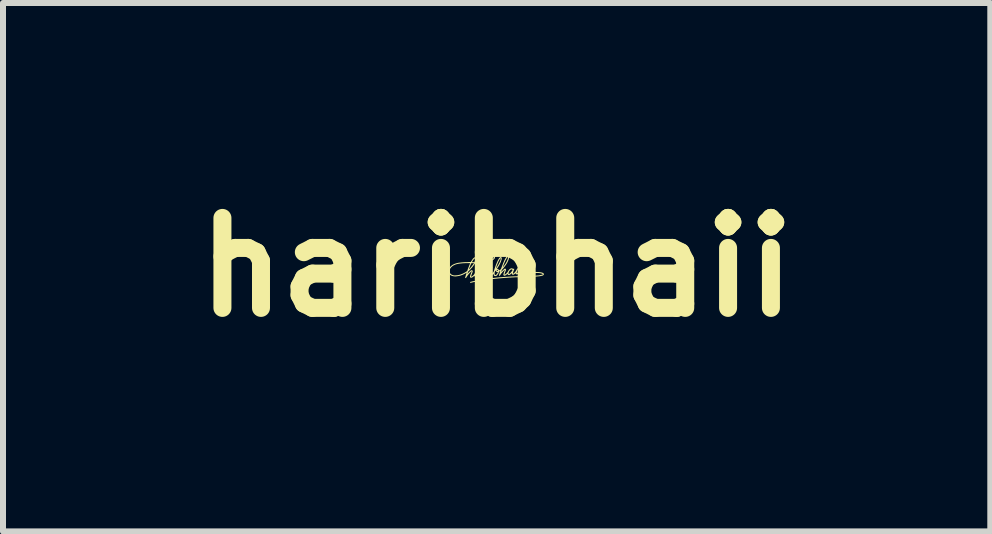
<source format=kicad_pcb>
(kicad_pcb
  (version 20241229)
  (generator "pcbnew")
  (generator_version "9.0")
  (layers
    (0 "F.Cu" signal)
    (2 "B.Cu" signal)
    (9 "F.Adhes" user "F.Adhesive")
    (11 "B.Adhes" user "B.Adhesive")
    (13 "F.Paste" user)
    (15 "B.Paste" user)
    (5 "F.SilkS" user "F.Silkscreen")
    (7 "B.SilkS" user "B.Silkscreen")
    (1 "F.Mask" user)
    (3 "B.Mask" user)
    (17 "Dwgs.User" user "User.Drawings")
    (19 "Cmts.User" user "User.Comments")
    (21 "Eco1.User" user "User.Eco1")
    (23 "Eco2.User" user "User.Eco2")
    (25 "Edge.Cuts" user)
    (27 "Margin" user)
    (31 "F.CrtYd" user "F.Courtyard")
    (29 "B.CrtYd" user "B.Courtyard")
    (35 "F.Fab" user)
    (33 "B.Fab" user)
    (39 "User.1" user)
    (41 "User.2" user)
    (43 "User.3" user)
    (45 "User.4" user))
  (footprint "haribhaii"
    (layer "F.Cu")
    (at 5.229 1.404)
    (property "Reference" "haribhaii" (at 0 0 0) (layer "F.SilkS") (effects (font (size 1.5 1.5) (thickness 0.3))))
    (attr board_only exclude_from_pos_files exclude_from_bom)
    (fp_poly (pts (xy -0.079 -0.005) (xy -0.076 -0.002) (xy -0.073 0.003) (xy -0.073 0.009) (xy -0.076 0.012) (xy -0.081 0.015) (xy -0.086 0.014) (xy -0.09 0.012) (xy -0.093 0.006) (xy -0.093 0.001) (xy -0.09 -0.003) (xy -0.085 -0.006)) (stroke (width 0) (type solid)) (fill yes) (layer "F.SilkS"))
    (fp_poly (pts (xy 0.423 -0.036) (xy 0.427 -0.033) (xy 0.429 -0.028) (xy 0.43 -0.023) (xy 0.427 -0.018) (xy 0.425 -0.017) (xy 0.422 -0.014) (xy 0.419 -0.014) (xy 0.416 -0.016) (xy 0.415 -0.016) (xy 0.41 -0.02) (xy 0.409 -0.025) (xy 0.41 -0.03) (xy 0.414 -0.035) (xy 0.417 -0.036)) (stroke (width 0) (type solid)) (fill yes) (layer "F.SilkS"))
    (fp_poly (pts (xy -0.07 -0.202) (xy -0.061 -0.199) (xy -0.052 -0.196) (xy -0.045 -0.192) (xy -0.036 -0.184) (xy -0.031 -0.175) (xy -0.029 -0.164) (xy -0.03 -0.153) (xy -0.033 -0.147) (xy -0.04 -0.137) (xy -0.05 -0.128) (xy -0.064 -0.118) (xy -0.08 -0.109) (xy -0.098 -0.101) (xy -0.103 -0.099) (xy -0.119 -0.094) (xy -0.139 -0.088) (xy -0.162 -0.084) (xy -0.188 -0.079) (xy -0.216 -0.076) (xy -0.218 -0.075) (xy -0.227 -0.074) (xy -0.24 -0.073) (xy -0.255 -0.072) (xy -0.272 -0.071) (xy -0.289 -0.07) (xy -0.306 -0.07) (xy -0.322 -0.069) (xy -0.336 -0.069) (xy -0.347 -0.068) (xy -0.348 -0.068) (xy -0.355 -0.068) (xy -0.359 -0.068) (xy -0.361 -0.066) (xy -0.363 -0.064) (xy -0.363 -0.063) (xy -0.366 -0.057) (xy -0.372 -0.048) (xy -0.378 -0.038) (xy -0.386 -0.027) (xy -0.394 -0.016) (xy -0.402 -0.006) (xy -0.406 -0.000064) (xy -0.416 0.012) (xy -0.428 0.024) (xy -0.44 0.038) (xy -0.452 0.05) (xy -0.463 0.061) (xy -0.468 0.065) (xy -0.472 0.069) (xy -0.475 0.073) (xy -0.478 0.078) (xy -0.48 0.085) (xy -0.482 0.092) (xy -0.485 0.1) (xy -0.487 0.106) (xy -0.488 0.111) (xy -0.488 0.112) (xy -0.487 0.111) (xy -0.484 0.108) (xy -0.479 0.103) (xy -0.477 0.1) (xy -0.471 0.093) (xy -0.463 0.085) (xy -0.454 0.076) (xy -0.448 0.07) (xy -0.437 0.06) (xy -0.429 0.054) (xy -0.421 0.05) (xy -0.415 0.049) (xy -0.41 0.05) (xy -0.409 0.051) (xy -0.404 0.055) (xy -0.401 0.059) (xy -0.399 0.065) (xy -0.4 0.073) (xy -0.402 0.083) (xy -0.407 0.095) (xy -0.411 0.107) (xy -0.418 0.123) (xy -0.423 0.137) (xy -0.425 0.147) (xy -0.427 0.154) (xy -0.426 0.157) (xy -0.426 0.157) (xy -0.423 0.158) (xy -0.417 0.156) (xy -0.41 0.151) (xy -0.401 0.145) (xy -0.391 0.136) (xy -0.39 0.135) (xy -0.353 0.135) (xy -0.352 0.141) (xy -0.352 0.142) (xy -0.35 0.144) (xy -0.348 0.144) (xy -0.344 0.143) (xy -0.343 0.143) (xy -0.337 0.139) (xy -0.329 0.132) (xy -0.32 0.124) (xy -0.31 0.113) (xy -0.301 0.102) (xy -0.297 0.095) (xy -0.292 0.087) (xy -0.29 0.081) (xy -0.29 0.075) (xy -0.293 0.07) (xy -0.293 0.07) (xy -0.298 0.065) (xy -0.305 0.064) (xy -0.312 0.066) (xy -0.32 0.071) (xy -0.328 0.077) (xy -0.335 0.085) (xy -0.342 0.094) (xy -0.347 0.105) (xy -0.351 0.116) (xy -0.353 0.126) (xy -0.353 0.135) (xy -0.39 0.135) (xy -0.389 0.134) (xy -0.381 0.126) (xy -0.375 0.119) (xy -0.371 0.114) (xy -0.368 0.109) (xy -0.367 0.106) (xy -0.36 0.091) (xy -0.352 0.077) (xy -0.341 0.066) (xy -0.33 0.057) (xy -0.319 0.05) (xy -0.308 0.047) (xy -0.304 0.047) (xy -0.294 0.048) (xy -0.287 0.051) (xy -0.282 0.055) (xy -0.278 0.058) (xy -0.276 0.058) (xy -0.274 0.056) (xy -0.269 0.053) (xy -0.264 0.054) (xy -0.262 0.055) (xy -0.261 0.057) (xy -0.26 0.06) (xy -0.261 0.063) (xy -0.262 0.069) (xy -0.265 0.076) (xy -0.269 0.087) (xy -0.27 0.089) (xy -0.275 0.102) (xy -0.278 0.114) (xy -0.281 0.124) (xy -0.282 0.132) (xy -0.281 0.137) (xy -0.279 0.139) (xy -0.278 0.139) (xy -0.274 0.137) (xy -0.267 0.133) (xy -0.26 0.127) (xy -0.251 0.119) (xy -0.242 0.109) (xy -0.241 0.108) (xy -0.234 0.099) (xy -0.228 0.093) (xy -0.225 0.088) (xy -0.224 0.084) (xy -0.224 0.081) (xy -0.226 0.078) (xy -0.228 0.075) (xy -0.231 0.07) (xy -0.232 0.065) (xy -0.232 0.06) (xy -0.232 0.059) (xy -0.215 0.059) (xy -0.214 0.064) (xy -0.214 0.065) (xy -0.212 0.066) (xy -0.211 0.066) (xy -0.209 0.063) (xy -0.207 0.058) (xy -0.205 0.054) (xy -0.202 0.047) (xy -0.199 0.04) (xy -0.198 0.036) (xy -0.197 0.032) (xy -0.198 0.032) (xy -0.2 0.033) (xy -0.206 0.039) (xy -0.211 0.046) (xy -0.214 0.053) (xy -0.215 0.059) (xy -0.232 0.059) (xy -0.232 0.056) (xy -0.23 0.046) (xy -0.225 0.036) (xy -0.219 0.027) (xy -0.212 0.02) (xy -0.204 0.015) (xy -0.196 0.014) (xy -0.189 0.015) (xy -0.185 0.02) (xy -0.182 0.027) (xy -0.182 0.036) (xy -0.184 0.047) (xy -0.187 0.054) (xy -0.189 0.06) (xy -0.19 0.064) (xy -0.191 0.066) (xy -0.189 0.065) (xy -0.184 0.064) (xy -0.181 0.063) (xy -0.175 0.061) (xy -0.172 0.061) (xy -0.169 0.062) (xy -0.167 0.063) (xy -0.164 0.066) (xy -0.162 0.07) (xy -0.163 0.075) (xy -0.165 0.083) (xy -0.169 0.092) (xy -0.175 0.102) (xy -0.183 0.117) (xy -0.188 0.129) (xy -0.192 0.139) (xy -0.193 0.145) (xy -0.193 0.146) (xy -0.193 0.148) (xy -0.189 0.148) (xy -0.187 0.148) (xy -0.18 0.145) (xy -0.17 0.139) (xy -0.16 0.13) (xy -0.153 0.124) (xy -0.145 0.115) (xy -0.138 0.107) (xy -0.132 0.099) (xy -0.126 0.09) (xy -0.12 0.079) (xy -0.114 0.068) (xy -0.109 0.057) (xy -0.105 0.049) (xy -0.102 0.044) (xy -0.099 0.041) (xy -0.097 0.04) (xy -0.096 0.039) (xy -0.091 0.04) (xy -0.088 0.042) (xy -0.087 0.044) (xy -0.087 0.047) (xy -0.088 0.052) (xy -0.091 0.059) (xy -0.092 0.06) (xy -0.098 0.076) (xy -0.103 0.088) (xy -0.107 0.098) (xy -0.109 0.106) (xy -0.111 0.113) (xy -0.111 0.118) (xy -0.111 0.119) (xy -0.111 0.125) (xy -0.11 0.128) (xy -0.106 0.129) (xy -0.101 0.127) (xy -0.096 0.124) (xy -0.09 0.12) (xy -0.083 0.113) (xy -0.075 0.105) (xy -0.075 0.104) (xy -0.035 0.104) (xy -0.035 0.114) (xy -0.033 0.123) (xy -0.03 0.129) (xy -0.027 0.131) (xy -0.021 0.132) (xy -0.015 0.129) (xy -0.008 0.126) (xy -0.002 0.12) (xy 0.004 0.111) (xy 0.011 0.101) (xy 0.016 0.091) (xy 0.018 0.084) (xy 0.019 0.082) (xy 0.017 0.08) (xy 0.013 0.08) (xy 0.012 0.08) (xy 0.004 0.079) (xy -0.005 0.075) (xy -0.012 0.07) (xy -0.016 0.063) (xy -0.018 0.057) (xy -0.018 0.055) (xy -0.02 0.056) (xy -0.023 0.059) (xy -0.027 0.065) (xy -0.03 0.073) (xy -0.033 0.083) (xy -0.034 0.094) (xy -0.035 0.104) (xy -0.075 0.104) (xy -0.068 0.097) (xy -0.061 0.09) (xy -0.057 0.084) (xy -0.051 0.075) (xy -0.047 0.065) (xy -0.046 0.061) (xy -0.044 0.055) (xy -0.043 0.053) (xy -0.000001 0.053) (xy 0.001 0.058) (xy 0.005 0.061) (xy 0.013 0.062) (xy 0.014 0.062) (xy 0.019 0.062) (xy 0.021 0.061) (xy 0.021 0.058) (xy 0.02 0.053) (xy 0.017 0.048) (xy 0.013 0.044) (xy 0.01 0.043) (xy 0.004 0.045) (xy 0.001 0.049) (xy -0.000001 0.053) (xy -0.043 0.053) (xy -0.041 0.047) (xy -0.038 0.036) (xy -0.035 0.025) (xy -0.033 0.019) (xy -0.013 0.019) (xy -0.012 0.019) (xy -0.01 0.017) (xy -0.007 0.012) (xy -0.001 0.005) (xy 0.004 -0.004) (xy 0.008 -0.009) (xy 0.017 -0.024) (xy 0.027 -0.041) (xy 0.036 -0.058) (xy 0.045 -0.075) (xy 0.052 -0.091) (xy 0.058 -0.105) (xy 0.06 -0.112) (xy 0.064 -0.123) (xy 0.066 -0.132) (xy 0.068 -0.141) (xy 0.068 -0.147) (xy 0.068 -0.15) (xy 0.067 -0.15) (xy 0.064 -0.149) (xy 0.059 -0.144) (xy 0.054 -0.137) (xy 0.047 -0.128) (xy 0.041 -0.118) (xy 0.035 -0.107) (xy 0.034 -0.104) (xy 0.029 -0.095) (xy 0.024 -0.084) (xy 0.019 -0.072) (xy 0.014 -0.059) (xy 0.008 -0.046) (xy 0.003 -0.033) (xy -0.001 -0.02) (xy -0.005 -0.008) (xy -0.009 0.002) (xy -0.011 0.01) (xy -0.013 0.016) (xy -0.013 0.019) (xy -0.033 0.019) (xy -0.032 0.018) (xy -0.023 -0.011) (xy -0.013 -0.037) (xy -0.003 -0.063) (xy 0.007 -0.086) (xy 0.016 -0.107) (xy 0.026 -0.125) (xy 0.034 -0.14) (xy 0.043 -0.152) (xy 0.047 -0.157) (xy 0.055 -0.165) (xy 0.063 -0.169) (xy 0.07 -0.169) (xy 0.076 -0.166) (xy 0.079 -0.164) (xy 0.081 -0.161) (xy 0.083 -0.158) (xy 0.084 -0.155) (xy 0.084 -0.149) (xy 0.084 -0.142) (xy 0.082 -0.128) (xy 0.077 -0.112) (xy 0.071 -0.094) (xy 0.063 -0.074) (xy 0.053 -0.054) (xy 0.043 -0.034) (xy 0.031 -0.014) (xy 0.019 0.005) (xy 0.013 0.013) (xy 0.009 0.019) (xy 0.005 0.024) (xy 0.004 0.026) (xy 0.004 0.026) (xy 0.006 0.027) (xy 0.01 0.027) (xy 0.011 0.027) (xy 0.02 0.029) (xy 0.029 0.035) (xy 0.035 0.044) (xy 0.036 0.045) (xy 0.04 0.055) (xy 0.052 0.047) (xy 0.061 0.04) (xy 0.067 0.036) (xy 0.071 0.031) (xy 0.073 0.027) (xy 0.074 0.024) (xy 0.076 0.018) (xy 0.079 0.009) (xy 0.082 0.003) (xy 0.099 0.003) (xy 0.104 -0.001) (xy 0.106 -0.004) (xy 0.111 -0.009) (xy 0.116 -0.016) (xy 0.123 -0.025) (xy 0.124 -0.026) (xy 0.137 -0.045) (xy 0.15 -0.064) (xy 0.161 -0.083) (xy 0.17 -0.102) (xy 0.178 -0.12) (xy 0.184 -0.136) (xy 0.188 -0.15) (xy 0.189 -0.163) (xy 0.189 -0.163) (xy 0.189 -0.168) (xy 0.187 -0.17) (xy 0.183 -0.168) (xy 0.178 -0.163) (xy 0.176 -0.162) (xy 0.169 -0.152) (xy 0.161 -0.139) (xy 0.152 -0.123) (xy 0.143 -0.105) (xy 0.133 -0.083) (xy 0.123 -0.059) (xy 0.116 -0.04) (xy 0.112 -0.029) (xy 0.108 -0.019) (xy 0.105 -0.011) (xy 0.102 -0.005) (xy 0.102 -0.003) (xy 0.099 0.003) (xy 0.082 0.003) (xy 0.083 -0.002) (xy 0.088 -0.014) (xy 0.093 -0.028) (xy 0.098 -0.041) (xy 0.103 -0.054) (xy 0.107 -0.066) (xy 0.111 -0.075) (xy 0.112 -0.078) (xy 0.121 -0.098) (xy 0.129 -0.117) (xy 0.138 -0.134) (xy 0.147 -0.15) (xy 0.156 -0.163) (xy 0.164 -0.173) (xy 0.171 -0.181) (xy 0.172 -0.182) (xy 0.18 -0.186) (xy 0.188 -0.188) (xy 0.195 -0.186) (xy 0.197 -0.185) (xy 0.203 -0.179) (xy 0.205 -0.169) (xy 0.206 -0.157) (xy 0.203 -0.143) (xy 0.199 -0.126) (xy 0.187 -0.098) (xy 0.173 -0.069) (xy 0.154 -0.04) (xy 0.132 -0.009) (xy 0.107 0.021) (xy 0.103 0.026) (xy 0.095 0.034) (xy 0.09 0.041) (xy 0.086 0.046) (xy 0.083 0.051) (xy 0.081 0.057) (xy 0.079 0.062) (xy 0.077 0.069) (xy 0.075 0.075) (xy 0.074 0.078) (xy 0.074 0.078) (xy 0.076 0.077) (xy 0.079 0.074) (xy 0.085 0.069) (xy 0.092 0.062) (xy 0.1 0.054) (xy 0.1 0.054) (xy 0.11 0.044) (xy 0.117 0.037) (xy 0.123 0.032) (xy 0.128 0.028) (xy 0.132 0.026) (xy 0.135 0.025) (xy 0.14 0.024) (xy 0.145 0.024) (xy 0.148 0.026) (xy 0.151 0.028) (xy 0.153 0.031) (xy 0.154 0.036) (xy 0.154 0.04) (xy 0.154 0.045) (xy 0.153 0.05) (xy 0.152 0.056) (xy 0.149 0.064) (xy 0.146 0.072) (xy 0.139 0.088) (xy 0.135 0.102) (xy 0.132 0.112) (xy 0.131 0.119) (xy 0.131 0.123) (xy 0.134 0.124) (xy 0.134 0.124) (xy 0.141 0.12) (xy 0.149 0.115) (xy 0.158 0.107) (xy 0.16 0.105) (xy 0.197 0.105) (xy 0.198 0.11) (xy 0.199 0.112) (xy 0.202 0.113) (xy 0.208 0.112) (xy 0.215 0.108) (xy 0.216 0.108) (xy 0.223 0.102) (xy 0.23 0.095) (xy 0.238 0.086) (xy 0.246 0.077) (xy 0.252 0.068) (xy 0.258 0.06) (xy 0.262 0.054) (xy 0.264 0.049) (xy 0.264 0.049) (xy 0.262 0.044) (xy 0.258 0.039) (xy 0.253 0.036) (xy 0.249 0.035) (xy 0.242 0.037) (xy 0.233 0.041) (xy 0.224 0.049) (xy 0.215 0.058) (xy 0.209 0.066) (xy 0.206 0.072) (xy 0.202 0.081) (xy 0.2 0.089) (xy 0.198 0.098) (xy 0.197 0.105) (xy 0.16 0.105) (xy 0.167 0.099) (xy 0.174 0.091) (xy 0.18 0.084) (xy 0.184 0.078) (xy 0.184 0.077) (xy 0.189 0.068) (xy 0.195 0.057) (xy 0.202 0.047) (xy 0.209 0.038) (xy 0.212 0.036) (xy 0.223 0.027) (xy 0.235 0.021) (xy 0.246 0.018) (xy 0.256 0.019) (xy 0.265 0.022) (xy 0.27 0.026) (xy 0.273 0.03) (xy 0.275 0.03) (xy 0.277 0.028) (xy 0.278 0.027) (xy 0.282 0.024) (xy 0.286 0.024) (xy 0.289 0.025) (xy 0.291 0.027) (xy 0.293 0.029) (xy 0.292 0.033) (xy 0.291 0.039) (xy 0.288 0.047) (xy 0.284 0.055) (xy 0.28 0.066) (xy 0.276 0.077) (xy 0.273 0.088) (xy 0.271 0.097) (xy 0.27 0.103) (xy 0.27 0.107) (xy 0.273 0.108) (xy 0.277 0.107) (xy 0.283 0.103) (xy 0.291 0.096) (xy 0.299 0.088) (xy 0.302 0.085) (xy 0.311 0.075) (xy 0.319 0.064) (xy 0.326 0.051) (xy 0.328 0.047) (xy 0.333 0.038) (xy 0.337 0.03) (xy 0.341 0.025) (xy 0.343 0.021) (xy 0.343 0.021) (xy 0.348 0.018) (xy 0.353 0.019) (xy 0.356 0.021) (xy 0.357 0.023) (xy 0.358 0.025) (xy 0.357 0.028) (xy 0.356 0.033) (xy 0.353 0.039) (xy 0.349 0.048) (xy 0.343 0.062) (xy 0.338 0.074) (xy 0.335 0.085) (xy 0.333 0.093) (xy 0.333 0.098) (xy 0.334 0.1) (xy 0.337 0.101) (xy 0.343 0.099) (xy 0.351 0.093) (xy 0.361 0.084) (xy 0.365 0.08) (xy 0.372 0.073) (xy 0.378 0.066) (xy 0.382 0.06) (xy 0.386 0.052) (xy 0.391 0.043) (xy 0.393 0.039) (xy 0.397 0.031) (xy 0.401 0.023) (xy 0.405 0.017) (xy 0.407 0.015) (xy 0.407 0.014) (xy 0.412 0.014) (xy 0.416 0.016) (xy 0.419 0.019) (xy 0.42 0.021) (xy 0.419 0.024) (xy 0.417 0.03) (xy 0.414 0.038) (xy 0.412 0.041) (xy 0.406 0.057) (xy 0.402 0.07) (xy 0.399 0.081) (xy 0.399 0.09) (xy 0.402 0.097) (xy 0.404 0.099) (xy 0.408 0.101) (xy 0.415 0.101) (xy 0.425 0.101) (xy 0.438 0.1) (xy 0.455 0.098) (xy 0.467 0.096) (xy 0.517 0.088) (xy 0.564 0.083) (xy 0.607 0.08) (xy 0.648 0.079) (xy 0.686 0.08) (xy 0.721 0.083) (xy 0.721 0.083) (xy 0.741 0.086) (xy 0.757 0.09) (xy 0.77 0.095) (xy 0.779 0.101) (xy 0.785 0.108) (xy 0.787 0.115) (xy 0.785 0.123) (xy 0.784 0.125) (xy 0.781 0.129) (xy 0.776 0.134) (xy 0.769 0.138) (xy 0.76 0.141) (xy 0.749 0.144) (xy 0.735 0.147) (xy 0.719 0.15) (xy 0.7 0.152) (xy 0.679 0.154) (xy 0.654 0.156) (xy 0.626 0.158) (xy 0.595 0.159) (xy 0.56 0.161) (xy 0.522 0.162) (xy 0.508 0.162) (xy 0.487 0.163) (xy 0.464 0.163) (xy 0.441 0.164) (xy 0.417 0.165) (xy 0.394 0.165) (xy 0.371 0.166) (xy 0.349 0.167) (xy 0.328 0.168) (xy 0.309 0.168) (xy 0.292 0.169) (xy 0.277 0.17) (xy 0.266 0.17) (xy 0.257 0.171) (xy 0.254 0.171) (xy 0.248 0.171) (xy 0.239 0.172) (xy 0.228 0.173) (xy 0.215 0.173) (xy 0.203 0.174) (xy 0.159 0.177) (xy 0.114 0.18) (xy 0.067 0.184) (xy 0.019 0.188) (xy -0.028 0.193) (xy -0.076 0.199) (xy -0.124 0.205) (xy -0.17 0.211) (xy -0.215 0.218) (xy -0.258 0.225) (xy -0.3 0.232) (xy -0.338 0.239) (xy -0.374 0.246) (xy -0.406 0.254) (xy -0.41 0.255) (xy -0.419 0.257) (xy -0.426 0.259) (xy -0.432 0.26) (xy -0.434 0.261) (xy -0.438 0.26) (xy -0.44 0.259) (xy -0.443 0.256) (xy -0.443 0.252) (xy -0.443 0.25) (xy -0.443 0.248) (xy -0.441 0.247) (xy -0.439 0.245) (xy -0.434 0.244) (xy -0.428 0.242) (xy -0.419 0.24) (xy -0.408 0.237) (xy -0.393 0.234) (xy -0.383 0.232) (xy -0.34 0.223) (xy -0.295 0.214) (xy -0.246 0.206) (xy -0.196 0.198) (xy -0.144 0.19) (xy -0.091 0.183) (xy -0.038 0.177) (xy 0.014 0.172) (xy 0.063 0.167) (xy 0.103 0.164) (xy 0.147 0.161) (xy 0.193 0.158) (xy 0.24 0.155) (xy 0.288 0.153) (xy 0.336 0.151) (xy 0.382 0.149) (xy 0.427 0.147) (xy 0.428 0.147) (xy 0.464 0.147) (xy 0.496 0.146) (xy 0.525 0.145) (xy 0.551 0.144) (xy 0.574 0.143) (xy 0.594 0.143) (xy 0.612 0.142) (xy 0.628 0.141) (xy 0.642 0.141) (xy 0.655 0.14) (xy 0.666 0.139) (xy 0.676 0.138) (xy 0.685 0.138) (xy 0.694 0.137) (xy 0.702 0.136) (xy 0.702 0.136) (xy 0.72 0.133) (xy 0.735 0.13) (xy 0.748 0.127) (xy 0.758 0.124) (xy 0.765 0.121) (xy 0.769 0.118) (xy 0.77 0.116) (xy 0.768 0.114) (xy 0.763 0.111) (xy 0.755 0.108) (xy 0.746 0.105) (xy 0.738 0.103) (xy 0.725 0.1) (xy 0.712 0.098) (xy 0.699 0.097) (xy 0.685 0.096) (xy 0.67 0.096) (xy 0.652 0.096) (xy 0.635 0.096) (xy 0.596 0.098) (xy 0.558 0.101) (xy 0.52 0.105) (xy 0.48 0.111) (xy 0.469 0.112) (xy 0.45 0.115) (xy 0.435 0.118) (xy 0.422 0.119) (xy 0.412 0.119) (xy 0.405 0.118) (xy 0.4 0.117) (xy 0.399 0.116) (xy 0.392 0.111) (xy 0.386 0.104) (xy 0.382 0.096) (xy 0.382 0.096) (xy 0.38 0.089) (xy 0.371 0.098) (xy 0.36 0.108) (xy 0.349 0.115) (xy 0.34 0.118) (xy 0.331 0.119) (xy 0.324 0.117) (xy 0.319 0.111) (xy 0.316 0.106) (xy 0.314 0.099) (xy 0.305 0.108) (xy 0.295 0.117) (xy 0.286 0.122) (xy 0.277 0.125) (xy 0.272 0.126) (xy 0.266 0.125) (xy 0.262 0.124) (xy 0.259 0.121) (xy 0.255 0.115) (xy 0.253 0.108) (xy 0.253 0.107) (xy 0.251 0.099) (xy 0.239 0.111) (xy 0.228 0.121) (xy 0.218 0.127) (xy 0.209 0.13) (xy 0.203 0.131) (xy 0.194 0.129) (xy 0.188 0.125) (xy 0.183 0.118) (xy 0.179 0.111) (xy 0.171 0.119) (xy 0.159 0.129) (xy 0.148 0.136) (xy 0.138 0.141) (xy 0.129 0.142) (xy 0.122 0.141) (xy 0.121 0.141) (xy 0.116 0.136) (xy 0.113 0.129) (xy 0.112 0.12) (xy 0.112 0.116) (xy 0.114 0.111) (xy 0.116 0.103) (xy 0.119 0.093) (xy 0.123 0.083) (xy 0.125 0.077) (xy 0.129 0.067) (xy 0.132 0.058) (xy 0.135 0.051) (xy 0.136 0.046) (xy 0.136 0.045) (xy 0.135 0.045) (xy 0.131 0.048) (xy 0.126 0.052) (xy 0.119 0.058) (xy 0.112 0.065) (xy 0.104 0.073) (xy 0.097 0.081) (xy 0.091 0.088) (xy 0.089 0.091) (xy 0.082 0.099) (xy 0.074 0.11) (xy 0.067 0.12) (xy 0.063 0.126) (xy 0.058 0.134) (xy 0.054 0.139) (xy 0.051 0.143) (xy 0.048 0.144) (xy 0.046 0.144) (xy 0.045 0.144) (xy 0.042 0.143) (xy 0.039 0.142) (xy 0.038 0.138) (xy 0.039 0.133) (xy 0.04 0.126) (xy 0.044 0.116) (xy 0.045 0.11) (xy 0.049 0.099) (xy 0.052 0.089) (xy 0.055 0.08) (xy 0.057 0.074) (xy 0.057 0.073) (xy 0.06 0.063) (xy 0.05 0.068) (xy 0.044 0.071) (xy 0.041 0.074) (xy 0.038 0.078) (xy 0.036 0.085) (xy 0.036 0.085) (xy 0.031 0.098) (xy 0.025 0.111) (xy 0.016 0.124) (xy 0.008 0.134) (xy -0.002 0.142) (xy -0.006 0.145) (xy -0.016 0.148) (xy -0.026 0.148) (xy -0.035 0.146) (xy -0.039 0.143) (xy -0.046 0.136) (xy -0.05 0.127) (xy -0.053 0.117) (xy -0.053 0.116) (xy -0.053 0.109) (xy -0.069 0.124) (xy -0.08 0.133) (xy -0.089 0.14) (xy -0.097 0.144) (xy -0.105 0.146) (xy -0.109 0.146) (xy -0.117 0.145) (xy -0.124 0.14) (xy -0.128 0.133) (xy -0.128 0.131) (xy -0.129 0.125) (xy -0.145 0.139) (xy -0.158 0.151) (xy -0.17 0.159) (xy -0.181 0.164) (xy -0.191 0.166) (xy -0.199 0.165) (xy -0.205 0.161) (xy -0.209 0.154) (xy -0.21 0.148) (xy -0.21 0.141) (xy -0.208 0.132) (xy -0.204 0.121) (xy -0.197 0.108) (xy -0.196 0.106) (xy -0.191 0.096) (xy -0.188 0.09) (xy -0.186 0.085) (xy -0.186 0.083) (xy -0.187 0.083) (xy -0.188 0.083) (xy -0.193 0.084) (xy -0.198 0.085) (xy -0.202 0.087) (xy -0.206 0.091) (xy -0.212 0.098) (xy -0.215 0.102) (xy -0.222 0.111) (xy -0.23 0.121) (xy -0.239 0.13) (xy -0.248 0.139) (xy -0.256 0.146) (xy -0.263 0.151) (xy -0.266 0.153) (xy -0.273 0.155) (xy -0.28 0.156) (xy -0.28 0.156) (xy -0.288 0.154) (xy -0.294 0.15) (xy -0.298 0.143) (xy -0.299 0.134) (xy -0.299 0.13) (xy -0.3 0.13) (xy -0.303 0.133) (xy -0.308 0.137) (xy -0.312 0.141) (xy -0.324 0.152) (xy -0.335 0.158) (xy -0.345 0.162) (xy -0.354 0.161) (xy -0.361 0.157) (xy -0.368 0.15) (xy -0.368 0.148) (xy -0.371 0.142) (xy -0.383 0.152) (xy -0.396 0.163) (xy -0.408 0.17) (xy -0.419 0.175) (xy -0.428 0.176) (xy -0.435 0.174) (xy -0.439 0.171) (xy -0.442 0.167) (xy -0.444 0.161) (xy -0.444 0.154) (xy -0.443 0.145) (xy -0.44 0.135) (xy -0.435 0.121) (xy -0.429 0.105) (xy -0.429 0.104) (xy -0.425 0.094) (xy -0.421 0.084) (xy -0.418 0.077) (xy -0.416 0.072) (xy -0.416 0.07) (xy -0.417 0.068) (xy -0.419 0.068) (xy -0.423 0.07) (xy -0.429 0.075) (xy -0.437 0.083) (xy -0.439 0.085) (xy -0.453 0.099) (xy -0.467 0.115) (xy -0.481 0.133) (xy -0.494 0.152) (xy -0.499 0.16) (xy -0.505 0.169) (xy -0.509 0.176) (xy -0.513 0.18) (xy -0.515 0.181) (xy -0.516 0.182) (xy -0.522 0.18) (xy -0.525 0.176) (xy -0.525 0.173) (xy -0.525 0.17) (xy -0.523 0.164) (xy -0.521 0.156) (xy -0.518 0.145) (xy -0.514 0.134) (xy -0.513 0.13) (xy -0.509 0.119) (xy -0.506 0.108) (xy -0.503 0.1) (xy -0.501 0.094) (xy -0.501 0.091) (xy -0.5 0.091) (xy -0.502 0.091) (xy -0.507 0.094) (xy -0.513 0.098) (xy -0.517 0.1) (xy -0.54 0.113) (xy -0.564 0.125) (xy -0.59 0.135) (xy -0.616 0.143) (xy -0.642 0.148) (xy -0.668 0.152) (xy -0.691 0.154) (xy -0.71 0.152) (xy -0.73 0.149) (xy -0.746 0.144) (xy -0.761 0.138) (xy -0.765 0.135) (xy -0.779 0.124) (xy -0.789 0.11) (xy -0.796 0.094) (xy -0.8 0.077) (xy -0.8 0.07) (xy -0.784 0.07) (xy -0.782 0.085) (xy -0.777 0.098) (xy -0.769 0.109) (xy -0.769 0.11) (xy -0.757 0.12) (xy -0.743 0.127) (xy -0.727 0.133) (xy -0.718 0.135) (xy -0.71 0.136) (xy -0.698 0.136) (xy -0.686 0.136) (xy -0.672 0.135) (xy -0.658 0.134) (xy -0.645 0.132) (xy -0.638 0.131) (xy -0.607 0.123) (xy -0.577 0.112) (xy -0.547 0.098) (xy -0.518 0.082) (xy -0.511 0.077) (xy -0.491 0.063) (xy -0.482 0.036) (xy -0.463 0.036) (xy -0.463 0.037) (xy -0.461 0.036) (xy -0.458 0.033) (xy -0.453 0.028) (xy -0.446 0.02) (xy -0.438 0.011) (xy -0.428 -0.000404) (xy -0.418 -0.013) (xy -0.408 -0.026) (xy -0.399 -0.038) (xy -0.391 -0.048) (xy -0.388 -0.053) (xy -0.385 -0.059) (xy -0.382 -0.063) (xy -0.378 -0.068) (xy -0.4 -0.068) (xy -0.421 -0.068) (xy -0.429 -0.051) (xy -0.434 -0.042) (xy -0.439 -0.03) (xy -0.444 -0.016) (xy -0.45 -0.001) (xy -0.456 0.014) (xy -0.461 0.029) (xy -0.461 0.029) (xy -0.463 0.033) (xy -0.463 0.036) (xy -0.482 0.036) (xy -0.48 0.032) (xy -0.476 0.019) (xy -0.47 0.004) (xy -0.463 -0.013) (xy -0.457 -0.03) (xy -0.45 -0.047) (xy -0.444 -0.061) (xy -0.442 -0.066) (xy -0.442 -0.067) (xy -0.443 -0.068) (xy -0.447 -0.068) (xy -0.452 -0.068) (xy -0.459 -0.068) (xy -0.469 -0.068) (xy -0.482 -0.068) (xy -0.499 -0.068) (xy -0.503 -0.068) (xy -0.539 -0.067) (xy -0.57 -0.065) (xy -0.599 -0.062) (xy -0.625 -0.059) (xy -0.648 -0.055) (xy -0.669 -0.05) (xy -0.688 -0.044) (xy -0.706 -0.036) (xy -0.722 -0.028) (xy -0.727 -0.025) (xy -0.738 -0.017) (xy -0.75 -0.007) (xy -0.761 0.004) (xy -0.769 0.015) (xy -0.775 0.024) (xy -0.781 0.039) (xy -0.784 0.055) (xy -0.784 0.07) (xy -0.8 0.07) (xy -0.801 0.065) (xy -0.799 0.044) (xy -0.793 0.025) (xy -0.784 0.007) (xy -0.772 -0.009) (xy -0.756 -0.024) (xy -0.737 -0.038) (xy -0.715 -0.05) (xy -0.69 -0.06) (xy -0.667 -0.067) (xy -0.65 -0.071) (xy -0.631 -0.075) (xy -0.611 -0.077) (xy -0.589 -0.08) (xy -0.563 -0.082) (xy -0.535 -0.084) (xy -0.504 -0.085) (xy -0.486 -0.085) (xy -0.412 -0.085) (xy -0.41 -0.085) (xy -0.406 -0.084) (xy -0.398 -0.084) (xy -0.391 -0.084) (xy -0.37 -0.084) (xy -0.364 -0.1) (xy -0.359 -0.115) (xy -0.356 -0.127) (xy -0.355 -0.137) (xy -0.355 -0.144) (xy -0.357 -0.148) (xy -0.36 -0.148) (xy -0.365 -0.147) (xy -0.371 -0.142) (xy -0.378 -0.135) (xy -0.386 -0.127) (xy -0.394 -0.116) (xy -0.401 -0.106) (xy -0.407 -0.095) (xy -0.412 -0.085) (xy -0.486 -0.085) (xy -0.484 -0.086) (xy -0.431 -0.087) (xy -0.421 -0.104) (xy -0.409 -0.123) (xy -0.398 -0.139) (xy -0.387 -0.151) (xy -0.376 -0.16) (xy -0.367 -0.164) (xy -0.358 -0.165) (xy -0.356 -0.165) (xy -0.349 -0.162) (xy -0.344 -0.156) (xy -0.34 -0.149) (xy -0.339 -0.145) (xy -0.338 -0.136) (xy -0.34 -0.123) (xy -0.343 -0.11) (xy -0.347 -0.096) (xy -0.351 -0.087) (xy -0.351 -0.086) (xy -0.35 -0.085) (xy -0.348 -0.085) (xy -0.344 -0.085) (xy -0.336 -0.085) (xy -0.326 -0.085) (xy -0.323 -0.085) (xy -0.285 -0.087) (xy -0.251 -0.089) (xy -0.22 -0.092) (xy -0.192 -0.095) (xy -0.168 -0.099) (xy -0.145 -0.104) (xy -0.125 -0.109) (xy -0.107 -0.115) (xy -0.1 -0.118) (xy -0.084 -0.125) (xy -0.071 -0.133) (xy -0.06 -0.141) (xy -0.052 -0.149) (xy -0.047 -0.157) (xy -0.046 -0.164) (xy -0.048 -0.171) (xy -0.048 -0.172) (xy -0.054 -0.177) (xy -0.062 -0.182) (xy -0.07 -0.185) (xy -0.076 -0.186) (xy -0.083 -0.187) (xy -0.088 -0.189) (xy -0.091 -0.193) (xy -0.091 -0.198) (xy -0.089 -0.201) (xy -0.085 -0.203) (xy -0.078 -0.203)) (stroke (width 0) (type solid)) (fill yes) (layer "F.SilkS")))
  (gr_rect
    (start -3 -3)
    (end 13.457 5.808)
    (stroke (width 0.1) (type default))
    (fill no)
    (layer "Edge.Cuts")))
</source>
